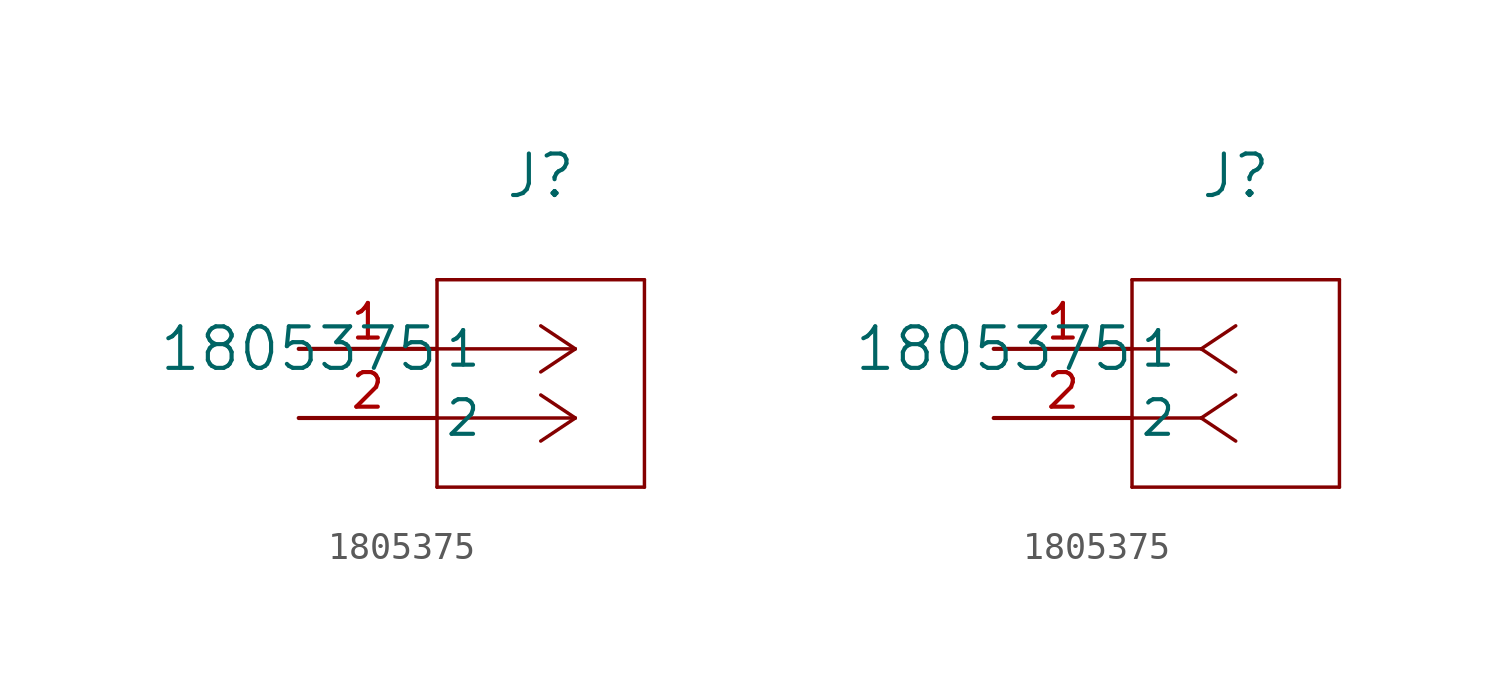
<source format=kicad_sym>
(kicad_symbol_lib
  (version 20211014)
  (generator kicad_symbol_editor)
  (symbol "1805375"
    (pin_names
      (offset 0.254))
    (property "Reference" "J"
      (at 8.89 6.35 0)
      (effects (font (size 1.524 1.524))))
    (property "Value" "1805375"
      (at 0 0 0)
      (effects (font (size 1.524 1.524))))
    (symbol "1805375_1_1"
      (polyline (pts (xy 10.16 0) (xy 5.08 0)) (stroke (width 0.127) (type default) (color 0 0 0 0)) (fill (type none)))
      (polyline (pts (xy 10.16 -2.54) (xy 5.08 -2.54)) (stroke (width 0.127) (type default) (color 0 0 0 0)) (fill (type none)))
      (polyline (pts (xy 10.16 0) (xy 8.89 0.847)) (stroke (width 0.127) (type default) (color 0 0 0 0)) (fill (type none)))
      (polyline (pts (xy 10.16 -2.54) (xy 8.89 -1.693)) (stroke (width 0.127) (type default) (color 0 0 0 0)) (fill (type none)))
      (polyline (pts (xy 10.16 0) (xy 8.89 -0.847)) (stroke (width 0.127) (type default) (color 0 0 0 0)) (fill (type none)))
      (polyline (pts (xy 10.16 -2.54) (xy 8.89 -3.387)) (stroke (width 0.127) (type default) (color 0 0 0 0)) (fill (type none)))
      (polyline (pts (xy 5.08 2.54) (xy 5.08 -5.08)) (stroke (width 0.127) (type default) (color 0 0 0 0)) (fill (type none)))
      (polyline (pts (xy 5.08 -5.08) (xy 12.7 -5.08)) (stroke (width 0.127) (type default) (color 0 0 0 0)) (fill (type none)))
      (polyline (pts (xy 12.7 -5.08) (xy 12.7 2.54)) (stroke (width 0.127) (type default) (color 0 0 0 0)) (fill (type none)))
      (polyline (pts (xy 12.7 2.54) (xy 5.08 2.54)) (stroke (width 0.127) (type default) (color 0 0 0 0)) (fill (type none)))
      (pin unspecified line (at 0 0 0) (length 5.08) (name "1" (effects (font (size 1.27 1.27)))) (number "1" (effects (font (size 1.27 1.27)))))
      (pin unspecified line (at 0 -2.54 0) (length 5.08) (name "2" (effects (font (size 1.27 1.27)))) (number "2" (effects (font (size 1.27 1.27))))))
    (symbol "1805375_1_2"
      (polyline (pts (xy 7.62 0) (xy 5.08 0)) (stroke (width 0.127) (type default) (color 0 0 0 0)) (fill (type none)))
      (polyline (pts (xy 7.62 -2.54) (xy 5.08 -2.54)) (stroke (width 0.127) (type default) (color 0 0 0 0)) (fill (type none)))
      (polyline (pts (xy 7.62 0) (xy 8.89 0.847)) (stroke (width 0.127) (type default) (color 0 0 0 0)) (fill (type none)))
      (polyline (pts (xy 7.62 -2.54) (xy 8.89 -1.693)) (stroke (width 0.127) (type default) (color 0 0 0 0)) (fill (type none)))
      (polyline (pts (xy 7.62 0) (xy 8.89 -0.847)) (stroke (width 0.127) (type default) (color 0 0 0 0)) (fill (type none)))
      (polyline (pts (xy 7.62 -2.54) (xy 8.89 -3.387)) (stroke (width 0.127) (type default) (color 0 0 0 0)) (fill (type none)))
      (polyline (pts (xy 5.08 2.54) (xy 5.08 -5.08)) (stroke (width 0.127) (type default) (color 0 0 0 0)) (fill (type none)))
      (polyline (pts (xy 5.08 -5.08) (xy 12.7 -5.08)) (stroke (width 0.127) (type default) (color 0 0 0 0)) (fill (type none)))
      (polyline (pts (xy 12.7 -5.08) (xy 12.7 2.54)) (stroke (width 0.127) (type default) (color 0 0 0 0)) (fill (type none)))
      (polyline (pts (xy 12.7 2.54) (xy 5.08 2.54)) (stroke (width 0.127) (type default) (color 0 0 0 0)) (fill (type none)))
      (pin unspecified line (at 0 0 0) (length 5.08) (name "1" (effects (font (size 1.27 1.27)))) (number "1" (effects (font (size 1.27 1.27)))))
      (pin unspecified line (at 0 -2.54 0) (length 5.08) (name "2" (effects (font (size 1.27 1.27)))) (number "2" (effects (font (size 1.27 1.27))))))))
</source>
